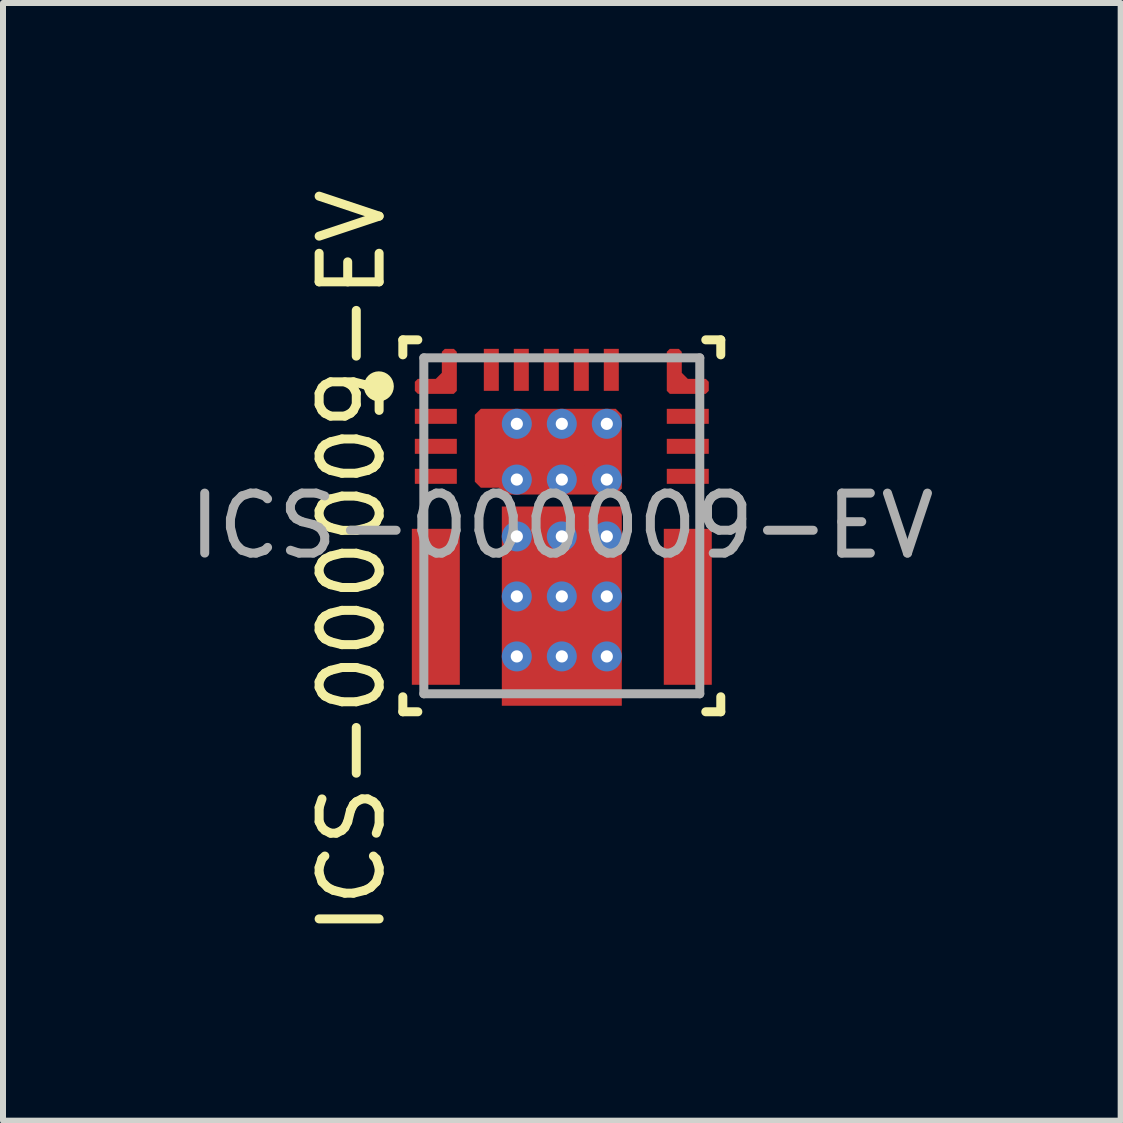
<source format=kicad_pcb>
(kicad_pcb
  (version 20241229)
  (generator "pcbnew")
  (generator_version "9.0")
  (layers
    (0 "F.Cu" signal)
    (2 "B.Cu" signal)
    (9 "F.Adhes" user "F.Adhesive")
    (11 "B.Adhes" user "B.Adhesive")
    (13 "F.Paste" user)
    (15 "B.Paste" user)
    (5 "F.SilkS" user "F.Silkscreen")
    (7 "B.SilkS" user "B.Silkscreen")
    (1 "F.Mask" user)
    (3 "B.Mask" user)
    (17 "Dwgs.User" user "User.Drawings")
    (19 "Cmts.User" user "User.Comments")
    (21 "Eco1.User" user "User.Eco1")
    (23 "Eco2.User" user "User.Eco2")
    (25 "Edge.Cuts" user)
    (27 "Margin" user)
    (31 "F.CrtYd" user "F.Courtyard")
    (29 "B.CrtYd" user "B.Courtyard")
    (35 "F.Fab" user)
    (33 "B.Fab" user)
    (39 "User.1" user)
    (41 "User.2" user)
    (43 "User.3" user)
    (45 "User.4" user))
  (footprint "ICS-000009-EV"
    (layer "F.Cu")
    (at 6.315 5.715)
    (property "Reference" "ICS-000009-EV" (at -3.5 0.6 90) (unlocked yes) (layer "F.SilkS") (effects (font (size 1 1) (thickness 0.15))))
    (attr smd)
    (fp_poly (pts (xy -1.45 -1.85) (xy -1.35 -1.95) (xy 0.9 -1.95) (xy 1 -1.85) (xy 1 -0.621) (xy 0.9 -0.521) (xy -0.904 -0.521) (xy -1.001 -0.597) (xy -1.05 -0.635) (xy -1.35 -0.635) (xy -1.45 -0.735)) (stroke (width 0) (type solid)) (fill yes) (layer "F.Cu"))
    (fp_poly (pts (xy -2.4 -2.2) (xy -2.45 -2.25) (xy -2.45 -2.4) (xy -2.4 -2.45) (xy -2.1 -2.45) (xy -2 -2.55) (xy -2 -2.9) (xy -1.95 -2.95) (xy -1.8 -2.95) (xy -1.75 -2.9) (xy -1.75 -2.25) (xy -1.8 -2.2)) (stroke (width 0) (type solid)) (fill yes) (layer "F.Cu"))
    (fp_poly (pts (xy 2.4 -2.2) (xy 2.45 -2.25) (xy 2.45 -2.4) (xy 2.4 -2.45) (xy 2.1 -2.45) (xy 2 -2.55) (xy 2 -2.9) (xy 1.95 -2.95) (xy 1.8 -2.95) (xy 1.75 -2.9) (xy 1.75 -2.25) (xy 1.8 -2.2)) (stroke (width 0) (type solid)) (fill yes) (layer "F.Cu"))
    (fp_poly (pts (xy -2.4 -1.15) (xy -2.5 -1.25) (xy -2.5 -1.4) (xy -2.4 -1.5) (xy -1.8 -1.5) (xy -1.7 -1.4) (xy -1.7 -1.25) (xy -1.8 -1.15)) (stroke (width 0) (type solid)) (fill yes) (layer "F.Mask"))
    (fp_poly (pts (xy -2.4 -1) (xy -1.8 -1) (xy -1.7 -0.9) (xy -1.7 -0.75) (xy -1.8 -0.65) (xy -2.4 -0.65) (xy -2.5 -0.75) (xy -2.5 -0.9)) (stroke (width 0) (type solid)) (fill yes) (layer "F.Mask"))
    (fp_poly (pts (xy -1.7 -1.75) (xy -1.8 -1.65) (xy -2.4 -1.65) (xy -2.5 -1.75) (xy -2.5 -1.9) (xy -2.4 -2) (xy -1.8 -2) (xy -1.7 -1.9)) (stroke (width 0) (type solid)) (fill yes) (layer "F.Mask"))
    (fp_poly (pts (xy -1.1 -3) (xy -1 -2.9) (xy -1 -2.3) (xy -1.1 -2.2) (xy -1.25 -2.2) (xy -1.35 -2.3) (xy -1.35 -2.9) (xy -1.25 -3)) (stroke (width 0) (type solid)) (fill yes) (layer "F.Mask"))
    (fp_poly (pts (xy -0.5 -2.3) (xy -0.6 -2.2) (xy -0.75 -2.2) (xy -0.85 -2.3) (xy -0.85 -2.9) (xy -0.75 -3) (xy -0.6 -3) (xy -0.5 -2.9)) (stroke (width 0) (type solid)) (fill yes) (layer "F.Mask"))
    (fp_poly (pts (xy -0.35 -2.3) (xy -0.35 -2.9) (xy -0.25 -3) (xy -0.1 -3) (xy 0 -2.9) (xy 0 -2.3) (xy -0.1 -2.2) (xy -0.25 -2.2)) (stroke (width 0) (type solid)) (fill yes) (layer "F.Mask"))
    (fp_poly (pts (xy 0.4 -3) (xy 0.5 -2.9) (xy 0.5 -2.3) (xy 0.4 -2.2) (xy 0.25 -2.2) (xy 0.15 -2.3) (xy 0.15 -2.9) (xy 0.25 -3)) (stroke (width 0) (type solid)) (fill yes) (layer "F.Mask"))
    (fp_poly (pts (xy 0.65 -2.9) (xy 0.75 -3) (xy 0.9 -3) (xy 1 -2.9) (xy 1 -2.3) (xy 0.9 -2.2) (xy 0.75 -2.2) (xy 0.65 -2.3)) (stroke (width 0) (type solid)) (fill yes) (layer "F.Mask"))
    (fp_poly (pts (xy 1.7 -1.9) (xy 1.8 -2) (xy 2.4 -2) (xy 2.5 -1.9) (xy 2.5 -1.75) (xy 2.4 -1.65) (xy 1.8 -1.65) (xy 1.7 -1.75)) (stroke (width 0) (type solid)) (fill yes) (layer "F.Mask"))
    (fp_poly (pts (xy 1.7 -1.4) (xy 1.8 -1.5) (xy 2.4 -1.5) (xy 2.5 -1.4) (xy 2.5 -1.25) (xy 2.4 -1.15) (xy 1.8 -1.15) (xy 1.7 -1.25)) (stroke (width 0) (type solid)) (fill yes) (layer "F.Mask"))
    (fp_poly (pts (xy 1.8 -0.65) (xy 1.7 -0.75) (xy 1.7 -0.9) (xy 1.8 -1) (xy 2.4 -1) (xy 2.5 -0.9) (xy 2.5 -0.75) (xy 2.4 -0.65)) (stroke (width 0) (type solid)) (fill yes) (layer "F.Mask"))
    (fp_poly (pts (xy -1.4 -1.85) (xy -1.35 -1.9) (xy 0.9 -1.9) (xy 0.95 -1.85) (xy 0.95 -0.621) (xy 0.9 -0.571) (xy -0.904 -0.571) (xy -0.953 -0.609) (xy -1.05 -0.685) (xy -1.35 -0.685) (xy -1.4 -0.735)) (stroke (width 0) (type solid)) (fill yes) (layer "F.Mask"))
    (fp_poly (pts (xy -2.4 -2.15) (xy -2.5 -2.25) (xy -2.5 -2.4) (xy -2.4 -2.5) (xy -2.1 -2.5) (xy -2.05 -2.55) (xy -2.05 -2.9) (xy -1.95 -3) (xy -1.8 -3) (xy -1.7 -2.9) (xy -1.7 -2.25) (xy -1.8 -2.15)) (stroke (width 0) (type solid)) (fill yes) (layer "F.Mask"))
    (fp_poly (pts (xy 2.4 -2.15) (xy 2.5 -2.25) (xy 2.5 -2.4) (xy 2.4 -2.5) (xy 2.1 -2.5) (xy 2.05 -2.55) (xy 2.05 -2.9) (xy 1.95 -3) (xy 1.8 -3) (xy 1.7 -2.9) (xy 1.7 -2.25) (xy 1.8 -2.15)) (stroke (width 0) (type solid)) (fill yes) (layer "F.Mask"))
    (fp_poly (pts (xy -0.95 -0.221) (xy -0.9 -0.271) (xy 0.9 -0.271) (xy 0.95 -0.221) (xy 0.95 2.575) (xy 0.9 2.625) (xy 0.5 2.625) (xy 0.45 2.675) (xy 0.45 2.9) (xy 0.4 2.95) (xy 0.25 2.95) (xy 0.2 2.9) (xy 0.2 2.675) (xy 0.15 2.625) (xy 0.000003 2.625) (xy -0.05 2.675) (xy -0.05 2.9) (xy -0.1 2.95) (xy -0.25 2.95) (xy -0.3 2.9) (xy -0.3 2.675) (xy -0.35 2.625) (xy -0.5 2.625) (xy -0.55 2.675) (xy -0.55 2.9) (xy -0.6 2.95) (xy -0.75 2.95) (xy -0.8 2.9) (xy -0.8 2.675) (xy -0.85 2.625) (xy -0.9 2.625) (xy -0.95 2.575)) (stroke (width 0) (type solid)) (fill yes) (layer "F.Mask"))
    (fp_poly (pts (xy -1.8 0.1) (xy -1.75 0.15) (xy -1.75 2.55) (xy -1.8 2.6) (xy -2.075 2.6) (xy -2.125 2.55) (xy -2.125 2.262) (xy -2.175 2.212) (xy -2.4 2.212) (xy -2.45 2.162) (xy -2.45 2.012) (xy -2.4 1.962) (xy -2.175 1.962) (xy -2.125 1.912) (xy -2.125 1.762) (xy -2.175 1.712) (xy -2.4 1.712) (xy -2.45 1.662) (xy -2.45 1.512) (xy -2.4 1.462) (xy -2.175 1.462) (xy -2.125 1.412) (xy -2.125 1.262) (xy -2.175 1.212) (xy -2.4 1.212) (xy -2.45 1.162) (xy -2.45 1.012) (xy -2.4 0.962) (xy -2.175 0.962) (xy -2.125 0.912) (xy -2.125 0.762) (xy -2.175 0.712) (xy -2.4 0.712) (xy -2.45 0.662) (xy -2.45 0.512) (xy -2.4 0.462) (xy -2.175 0.462) (xy -2.125 0.412) (xy -2.125 0.15) (xy -2.075 0.1)) (stroke (width 0) (type solid)) (fill yes) (layer "F.Mask"))
    (fp_poly (pts (xy 1.8 0.1) (xy 1.75 0.15) (xy 1.75 2.55) (xy 1.8 2.6) (xy 2.075 2.6) (xy 2.125 2.55) (xy 2.125 2.262) (xy 2.175 2.212) (xy 2.4 2.212) (xy 2.45 2.162) (xy 2.45 2.012) (xy 2.4 1.962) (xy 2.175 1.962) (xy 2.125 1.912) (xy 2.125 1.762) (xy 2.175 1.712) (xy 2.4 1.712) (xy 2.45 1.662) (xy 2.45 1.512) (xy 2.4 1.462) (xy 2.175 1.462) (xy 2.125 1.412) (xy 2.125 1.262) (xy 2.175 1.212) (xy 2.4 1.212) (xy 2.45 1.162) (xy 2.45 1.012) (xy 2.4 0.962) (xy 2.175 0.962) (xy 2.125 0.912) (xy 2.125 0.762) (xy 2.175 0.712) (xy 2.4 0.712) (xy 2.45 0.662) (xy 2.45 0.512) (xy 2.4 0.462) (xy 2.175 0.462) (xy 2.125 0.412) (xy 2.125 0.15) (xy 2.075 0.1)) (stroke (width 0) (type solid)) (fill yes) (layer "F.Mask"))
    (fp_line (start -2.65 -3.1) (end -2.4 -3.1) (stroke (width 0.15) (type solid)) (layer "F.SilkS"))
    (fp_line (start -2.65 -2.85) (end -2.65 -3.1) (stroke (width 0.15) (type solid)) (layer "F.SilkS"))
    (fp_line (start -2.65 3.1) (end -2.65 2.85) (stroke (width 0.15) (type solid)) (layer "F.SilkS"))
    (fp_line (start -2.65 3.1) (end -2.4 3.1) (stroke (width 0.15) (type solid)) (layer "F.SilkS"))
    (fp_line (start 2.4 -3.1) (end 2.65 -3.1) (stroke (width 0.15) (type solid)) (layer "F.SilkS"))
    (fp_line (start 2.4 3.1) (end 2.65 3.1) (stroke (width 0.15) (type solid)) (layer "F.SilkS"))
    (fp_line (start 2.65 -2.85) (end 2.65 -3.1) (stroke (width 0.15) (type solid)) (layer "F.SilkS"))
    (fp_line (start 2.65 3.1) (end 2.65 2.85) (stroke (width 0.15) (type solid)) (layer "F.SilkS"))
    (fp_circle (center -3.05 -2.325) (end -2.925 -2.325) (stroke (width 0.25) (type solid)) (fill no) (layer "F.SilkS"))
    (fp_poly (pts (xy -1.355 -1.143) (xy -1.305 -1.193) (xy -1.105 -1.193) (xy -1.055 -1.143) (xy -1.055 -0.793) (xy -1.105 -0.743) (xy -1.305 -0.743) (xy -1.355 -0.793)) (stroke (width 0) (type solid)) (fill yes) (layer "F.Paste"))
    (fp_poly (pts (xy -1.105 -1.393) (xy -1.305 -1.393) (xy -1.355 -1.443) (xy -1.355 -1.793) (xy -1.305 -1.843) (xy -1.105 -1.843) (xy -1.055 -1.793) (xy -1.055 -1.443)) (stroke (width 0) (type solid)) (fill yes) (layer "F.Paste"))
    (fp_poly (pts (xy -0.855 1.027) (xy -0.855 -0.023) (xy -0.805 -0.073) (xy 0.805 -0.073) (xy 0.855 -0.023) (xy 0.855 1.027) (xy 0.805 1.077) (xy -0.805 1.077)) (stroke (width 0) (type solid)) (fill yes) (layer "F.Paste"))
    (fp_poly (pts (xy 0.805 -0.63) (xy -0.805 -0.63) (xy -0.855 -0.68) (xy -0.855 -1.79) (xy -0.805 -1.84) (xy 0.805 -1.84) (xy 0.855 -1.79) (xy 0.855 -0.68)) (stroke (width 0) (type solid)) (fill yes) (layer "F.Paste"))
    (fp_poly (pts (xy -2.4 -2.2) (xy -2.45 -2.25) (xy -2.45 -2.4) (xy -2.4 -2.45) (xy -2.1 -2.45) (xy -2 -2.55) (xy -2 -2.9) (xy -1.95 -2.95) (xy -1.8 -2.95) (xy -1.75 -2.9) (xy -1.75 -2.25) (xy -1.8 -2.2)) (stroke (width 0) (type solid)) (fill yes) (layer "F.Paste"))
    (fp_poly (pts (xy 2.4 -2.2) (xy 2.45 -2.25) (xy 2.45 -2.4) (xy 2.4 -2.45) (xy 2.1 -2.45) (xy 2 -2.55) (xy 2 -2.9) (xy 1.95 -2.95) (xy 1.8 -2.95) (xy 1.75 -2.9) (xy 1.75 -2.25) (xy 1.8 -2.2)) (stroke (width 0) (type solid)) (fill yes) (layer "F.Paste"))
    (fp_poly (pts (xy -0.75 2.95) (xy -0.8 2.9) (xy -0.8 2.466) (xy -0.828 2.422) (xy -0.855 2.377) (xy -0.855 1.327) (xy -0.805 1.277) (xy 0.805 1.277) (xy 0.855 1.327) (xy 0.855 2.377) (xy 0.805 2.427) (xy 0.5 2.427) (xy 0.45 2.477) (xy 0.45 2.9) (xy 0.4 2.95) (xy 0.25 2.95) (xy 0.2 2.9) (xy 0.2 2.477) (xy 0.15 2.427) (xy 0.000003 2.427) (xy -0.05 2.477) (xy -0.05 2.9) (xy -0.1 2.95) (xy -0.25 2.95) (xy -0.3 2.9) (xy -0.3 2.477) (xy -0.35 2.427) (xy -0.5 2.427) (xy -0.55 2.477) (xy -0.55 2.9) (xy -0.6 2.95)) (stroke (width 0) (type solid)) (fill yes) (layer "F.Paste"))
    (fp_poly (pts (xy -1.925 0.1) (xy -1.875 0.15) (xy -1.875 2.55) (xy -1.925 2.6) (xy -2.075 2.6) (xy -2.125 2.55) (xy -2.125 2.262) (xy -2.175 2.212) (xy -2.4 2.212) (xy -2.45 2.162) (xy -2.45 2.012) (xy -2.4 1.962) (xy -2.175 1.962) (xy -2.125 1.912) (xy -2.125 1.762) (xy -2.175 1.712) (xy -2.4 1.712) (xy -2.45 1.662) (xy -2.45 1.512) (xy -2.4 1.462) (xy -2.175 1.462) (xy -2.125 1.412) (xy -2.125 1.262) (xy -2.175 1.212) (xy -2.4 1.212) (xy -2.45 1.162) (xy -2.45 1.012) (xy -2.4 0.962) (xy -2.175 0.962) (xy -2.125 0.912) (xy -2.125 0.762) (xy -2.175 0.712) (xy -2.4 0.712) (xy -2.45 0.662) (xy -2.45 0.512) (xy -2.4 0.462) (xy -2.175 0.462) (xy -2.125 0.412) (xy -2.125 0.15) (xy -2.075 0.1)) (stroke (width 0) (type solid)) (fill yes) (layer "F.Paste"))
    (fp_poly (pts (xy 1.925 0.1) (xy 1.875 0.15) (xy 1.875 2.55) (xy 1.925 2.6) (xy 2.075 2.6) (xy 2.125 2.55) (xy 2.125 2.262) (xy 2.175 2.212) (xy 2.4 2.212) (xy 2.45 2.162) (xy 2.45 2.012) (xy 2.4 1.962) (xy 2.175 1.962) (xy 2.125 1.912) (xy 2.125 1.762) (xy 2.175 1.712) (xy 2.4 1.712) (xy 2.45 1.662) (xy 2.45 1.512) (xy 2.4 1.462) (xy 2.175 1.462) (xy 2.125 1.412) (xy 2.125 1.262) (xy 2.175 1.212) (xy 2.4 1.212) (xy 2.45 1.162) (xy 2.45 1.012) (xy 2.4 0.962) (xy 2.175 0.962) (xy 2.125 0.912) (xy 2.125 0.762) (xy 2.175 0.712) (xy 2.4 0.712) (xy 2.45 0.662) (xy 2.45 0.512) (xy 2.4 0.462) (xy 2.175 0.462) (xy 2.125 0.412) (xy 2.125 0.15) (xy 2.075 0.1)) (stroke (width 0) (type solid)) (fill yes) (layer "F.Paste"))
    (fp_line (start -2.3 -2.8) (end 2.3 -2.8) (stroke (width 0.15) (type solid)) (layer "F.Fab"))
    (fp_line (start -2.3 2.8) (end -2.3 -2.8) (stroke (width 0.15) (type solid)) (layer "F.Fab"))
    (fp_line (start -2.3 2.8) (end 2.3 2.8) (stroke (width 0.15) (type solid)) (layer "F.Fab"))
    (fp_line (start 2.3 2.8) (end 2.3 -2.8) (stroke (width 0.15) (type solid)) (layer "F.Fab"))
    (fp_text user "${REFERENCE}" (at 0 0 0) (unlocked yes) (layer "F.Fab") (effects (font (size 1 1) (thickness 0.15))))
    (pad "1" smd circle (at -1.925 -2.375) (size 0.265 0.265) (layers "F.Cu" "F.Paste"))
    (pad "2" smd rect (at -2.1 -1.825) (size 0.7 0.25) (layers "F.Cu" "F.Paste"))
    (pad "3" smd rect (at -2.1 -1.325) (size 0.7 0.25) (layers "F.Cu" "F.Paste"))
    (pad "4" smd rect (at -2.1 -0.825) (size 0.7 0.25) (layers "F.Cu" "F.Paste"))
    (pad "5" smd rect (at -2.1 1.35) (size 0.8 2.6) (layers "F.Cu"))
    (pad "6" smd rect (at 0 1.339) (size 2 3.321) (layers "F.Cu"))
    (pad "7" smd rect (at 2.1 1.35) (size 0.8 2.6) (layers "F.Cu"))
    (pad "8" smd rect (at 2.1 -0.825) (size 0.7 0.25) (layers "F.Cu" "F.Paste"))
    (pad "9" smd rect (at 2.1 -1.325) (size 0.7 0.25) (layers "F.Cu" "F.Paste"))
    (pad "10" smd rect (at 2.1 -1.825) (size 0.7 0.25) (layers "F.Cu" "F.Paste"))
    (pad "11" smd circle (at 1.925 -2.375) (size 0.265 0.265) (layers "F.Cu" "F.Paste"))
    (pad "12" smd rect (at 0.825 -2.6) (size 0.25 0.7) (layers "F.Cu" "F.Paste"))
    (pad "13" smd rect (at 0.325 -2.6) (size 0.25 0.7) (layers "F.Cu" "F.Paste"))
    (pad "14" smd rect (at -0.175 -2.6) (size 0.25 0.7) (layers "F.Cu" "F.Paste"))
    (pad "15" smd rect (at -0.675 -2.6) (size 0.25 0.7) (layers "F.Cu" "F.Paste"))
    (pad "16" smd rect (at -1.175 -2.6) (size 0.25 0.7) (layers "F.Cu" "F.Paste"))
    (pad "17" smd circle (at -0.225 -1.235) (size 1.286 1.286) (layers "F.Cu"))
    (pad "18" thru_hole circle (at -0.75 2.177) (size 0.5 0.5) (drill 0.203) (layers "*.Cu" "*.Mask"))
    (pad "19" thru_hole circle (at -0.75 1.177) (size 0.5 0.5) (drill 0.203) (layers "*.Cu" "*.Mask"))
    (pad "20" thru_hole circle (at -0.75 0.177) (size 0.5 0.5) (drill 0.203) (layers "*.Cu" "*.Mask"))
    (pad "21" thru_hole circle (at -0.75 -0.771) (size 0.5 0.5) (drill 0.203) (layers "*.Cu" "*.Mask"))
    (pad "22" thru_hole circle (at -0.75 -1.7) (size 0.5 0.5) (drill 0.203) (layers "*.Cu" "*.Mask"))
    (pad "23" thru_hole circle (at 0 2.177) (size 0.5 0.5) (drill 0.203) (layers "*.Cu" "*.Mask"))
    (pad "24" thru_hole circle (at 0 1.177) (size 0.5 0.5) (drill 0.203) (layers "*.Cu" "*.Mask"))
    (pad "25" thru_hole circle (at 0 0.177) (size 0.5 0.5) (drill 0.203) (layers "*.Cu" "*.Mask"))
    (pad "26" thru_hole circle (at 0 -0.771) (size 0.5 0.5) (drill 0.203) (layers "*.Cu" "*.Mask"))
    (pad "27" thru_hole circle (at 0 -1.7) (size 0.5 0.5) (drill 0.203) (layers "*.Cu" "*.Mask"))
    (pad "28" thru_hole circle (at 0.75 -1.7) (size 0.5 0.5) (drill 0.203) (layers "*.Cu" "*.Mask"))
    (pad "29" thru_hole circle (at 0.75 -0.771) (size 0.5 0.5) (drill 0.203) (layers "*.Cu" "*.Mask"))
    (pad "30" thru_hole circle (at 0.75 0.177) (size 0.5 0.5) (drill 0.203) (layers "*.Cu" "*.Mask"))
    (pad "31" thru_hole circle (at 0.75 1.177) (size 0.5 0.5) (drill 0.203) (layers "*.Cu" "*.Mask"))
    (pad "32" thru_hole circle (at 0.75 2.177) (size 0.5 0.5) (drill 0.203) (layers "*.Cu" "*.Mask")))
  (gr_rect
    (start -3 -3)
    (end 15.631 15.631)
    (stroke (width 0.1) (type default))
    (fill no)
    (layer "Edge.Cuts")))
</source>
